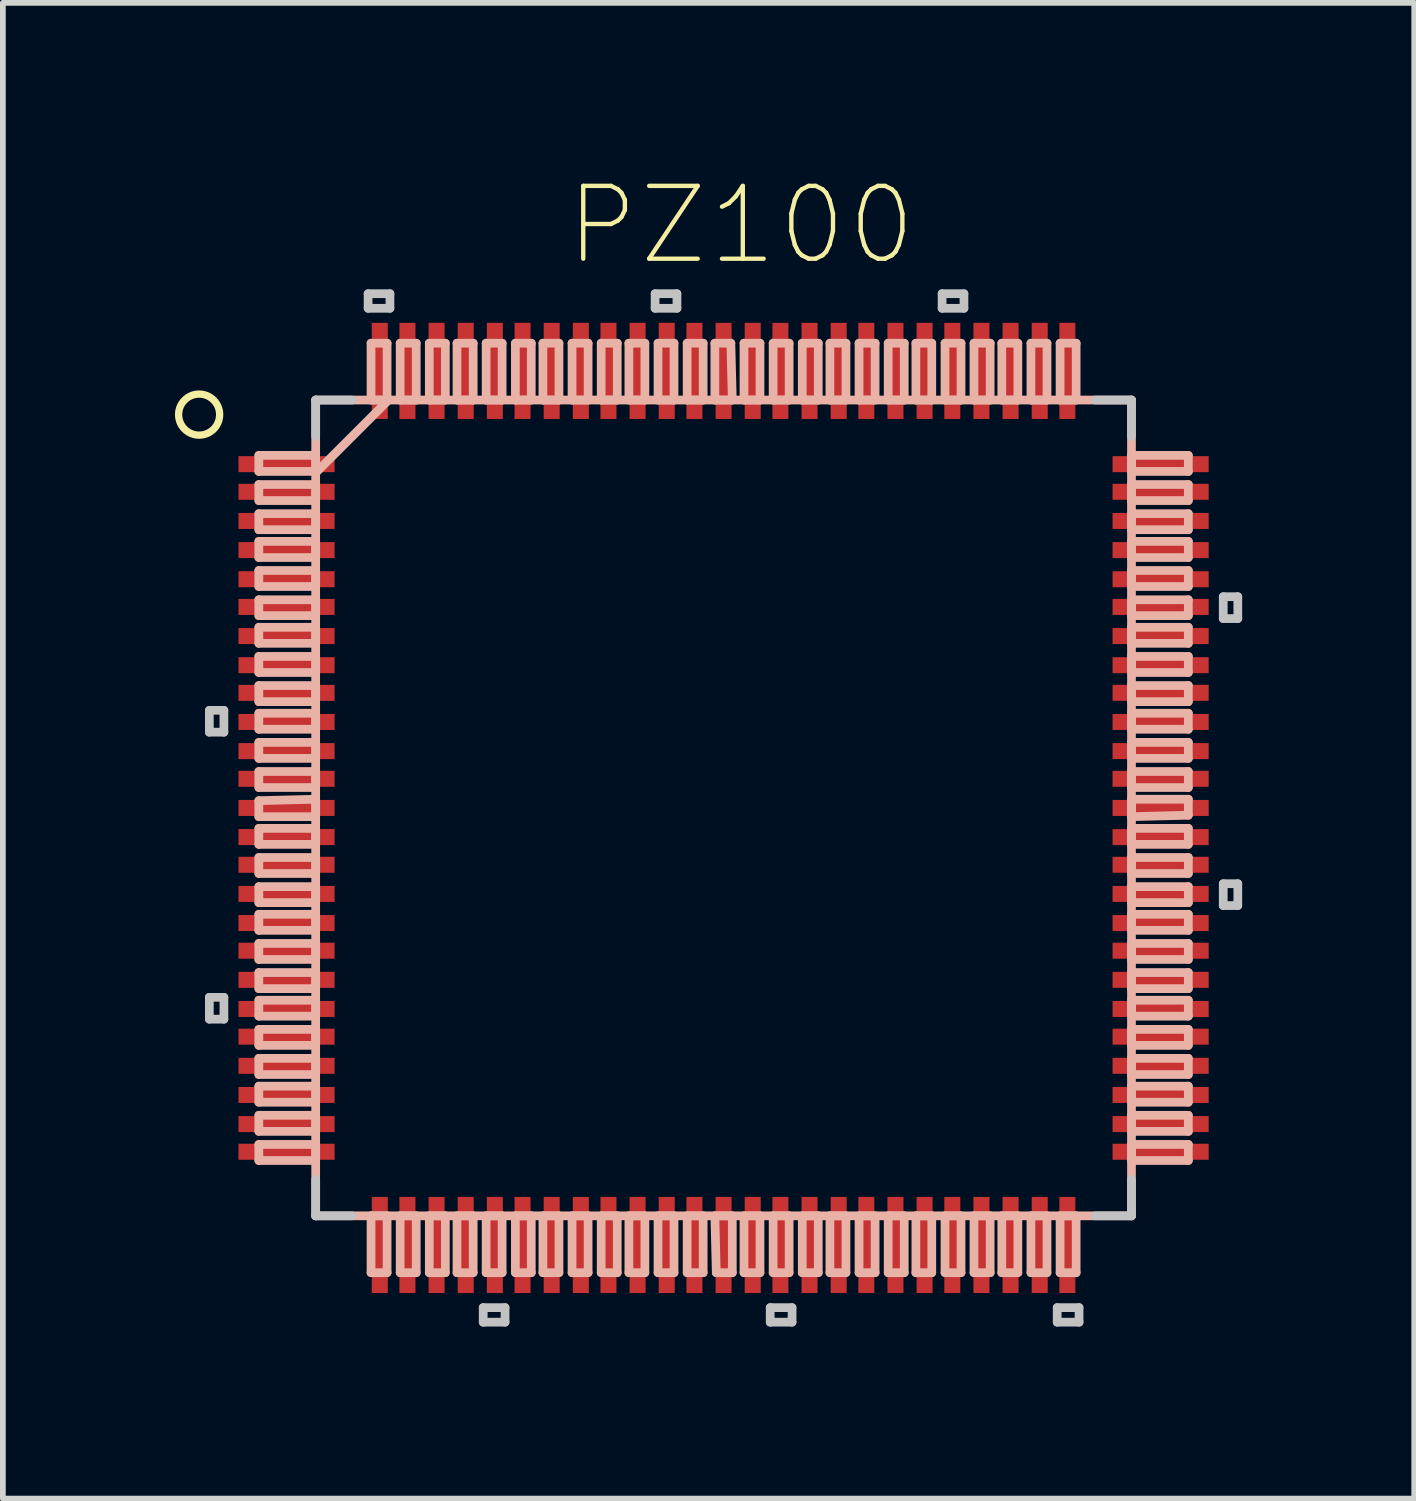
<source format=kicad_pcb>
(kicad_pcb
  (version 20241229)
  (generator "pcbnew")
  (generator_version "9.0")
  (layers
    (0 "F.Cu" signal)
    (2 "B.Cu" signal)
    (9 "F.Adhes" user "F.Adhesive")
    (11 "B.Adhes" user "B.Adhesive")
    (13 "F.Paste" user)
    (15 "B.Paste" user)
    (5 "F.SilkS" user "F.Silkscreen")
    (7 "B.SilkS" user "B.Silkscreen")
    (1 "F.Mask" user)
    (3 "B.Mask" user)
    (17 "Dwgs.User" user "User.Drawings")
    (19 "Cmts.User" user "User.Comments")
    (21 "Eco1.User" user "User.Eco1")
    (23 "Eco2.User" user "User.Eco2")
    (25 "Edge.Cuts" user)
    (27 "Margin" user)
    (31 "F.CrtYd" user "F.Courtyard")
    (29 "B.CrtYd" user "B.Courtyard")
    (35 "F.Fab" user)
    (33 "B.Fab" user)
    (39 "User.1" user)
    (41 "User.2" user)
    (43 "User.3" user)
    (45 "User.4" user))
  (footprint "PZ100"
    (layer "F.Cu")
    (at 9.566 11.037)
    (property "Reference" "PZ100" (at 0.305 -10.16 0) (layer "F.SilkS") (effects (font (size 1.27 1.27) (thickness 0.076))))
    (attr smd)
    (fp_circle (center -9.144 -6.858) (end -9.144 -7.216) (stroke (width 0.127) (type solid)) (fill no) (layer "F.SilkS"))
    (fp_line (start -8.103 -6.147) (end -8.103 -5.867) (stroke (width 0.152) (type solid)) (layer "B.SilkS"))
    (fp_line (start -8.103 -5.867) (end -7.112 -5.867) (stroke (width 0.152) (type solid)) (layer "B.SilkS"))
    (fp_line (start -8.103 -5.639) (end -8.103 -5.359) (stroke (width 0.152) (type solid)) (layer "B.SilkS"))
    (fp_line (start -8.103 -5.359) (end -7.112 -5.359) (stroke (width 0.152) (type solid)) (layer "B.SilkS"))
    (fp_line (start -8.103 -5.131) (end -8.103 -4.851) (stroke (width 0.152) (type solid)) (layer "B.SilkS"))
    (fp_line (start -8.103 -4.851) (end -7.112 -4.851) (stroke (width 0.152) (type solid)) (layer "B.SilkS"))
    (fp_line (start -8.103 -4.648) (end -8.103 -4.366) (stroke (width 0.152) (type solid)) (layer "B.SilkS"))
    (fp_line (start -8.103 -4.366) (end -7.112 -4.366) (stroke (width 0.152) (type solid)) (layer "B.SilkS"))
    (fp_line (start -8.103 -4.14) (end -8.103 -3.861) (stroke (width 0.152) (type solid)) (layer "B.SilkS"))
    (fp_line (start -8.103 -3.861) (end -7.112 -3.861) (stroke (width 0.152) (type solid)) (layer "B.SilkS"))
    (fp_line (start -8.103 -3.63) (end -8.103 -3.353) (stroke (width 0.152) (type solid)) (layer "B.SilkS"))
    (fp_line (start -8.103 -3.353) (end -7.112 -3.353) (stroke (width 0.152) (type solid)) (layer "B.SilkS"))
    (fp_line (start -8.103 -3.15) (end -8.103 -2.87) (stroke (width 0.152) (type solid)) (layer "B.SilkS"))
    (fp_line (start -8.103 -2.87) (end -7.112 -2.87) (stroke (width 0.152) (type solid)) (layer "B.SilkS"))
    (fp_line (start -8.103 -2.642) (end -8.103 -2.362) (stroke (width 0.152) (type solid)) (layer "B.SilkS"))
    (fp_line (start -8.103 -2.362) (end -7.112 -2.362) (stroke (width 0.152) (type solid)) (layer "B.SilkS"))
    (fp_line (start -8.103 -2.134) (end -8.103 -1.854) (stroke (width 0.152) (type solid)) (layer "B.SilkS"))
    (fp_line (start -8.103 -1.854) (end -7.112 -1.854) (stroke (width 0.152) (type solid)) (layer "B.SilkS"))
    (fp_line (start -8.103 -1.651) (end -8.103 -1.372) (stroke (width 0.152) (type solid)) (layer "B.SilkS"))
    (fp_line (start -8.103 -1.372) (end -7.112 -1.372) (stroke (width 0.152) (type solid)) (layer "B.SilkS"))
    (fp_line (start -8.103 -1.143) (end -8.103 -0.864) (stroke (width 0.152) (type solid)) (layer "B.SilkS"))
    (fp_line (start -8.103 -0.864) (end -7.112 -0.864) (stroke (width 0.152) (type solid)) (layer "B.SilkS"))
    (fp_line (start -8.103 -0.635) (end -8.103 -0.356) (stroke (width 0.152) (type solid)) (layer "B.SilkS"))
    (fp_line (start -8.103 -0.356) (end -7.112 -0.356) (stroke (width 0.152) (type solid)) (layer "B.SilkS"))
    (fp_line (start -8.103 -0.127) (end -8.103 0.152) (stroke (width 0.152) (type solid)) (layer "B.SilkS"))
    (fp_line (start -8.103 0.152) (end -7.112 0.152) (stroke (width 0.152) (type solid)) (layer "B.SilkS"))
    (fp_line (start -8.103 0.356) (end -8.103 0.635) (stroke (width 0.152) (type solid)) (layer "B.SilkS"))
    (fp_line (start -8.103 0.635) (end -7.112 0.635) (stroke (width 0.152) (type solid)) (layer "B.SilkS"))
    (fp_line (start -8.103 0.864) (end -8.103 1.143) (stroke (width 0.152) (type solid)) (layer "B.SilkS"))
    (fp_line (start -8.103 1.143) (end -7.112 1.143) (stroke (width 0.152) (type solid)) (layer "B.SilkS"))
    (fp_line (start -8.103 1.372) (end -8.103 1.651) (stroke (width 0.152) (type solid)) (layer "B.SilkS"))
    (fp_line (start -8.103 1.651) (end -7.112 1.651) (stroke (width 0.152) (type solid)) (layer "B.SilkS"))
    (fp_line (start -8.103 1.854) (end -8.103 2.134) (stroke (width 0.152) (type solid)) (layer "B.SilkS"))
    (fp_line (start -8.103 2.134) (end -7.112 2.134) (stroke (width 0.152) (type solid)) (layer "B.SilkS"))
    (fp_line (start -8.103 2.362) (end -8.103 2.642) (stroke (width 0.152) (type solid)) (layer "B.SilkS"))
    (fp_line (start -8.103 2.642) (end -7.112 2.642) (stroke (width 0.152) (type solid)) (layer "B.SilkS"))
    (fp_line (start -8.103 2.87) (end -8.103 3.15) (stroke (width 0.152) (type solid)) (layer "B.SilkS"))
    (fp_line (start -8.103 3.15) (end -7.112 3.15) (stroke (width 0.152) (type solid)) (layer "B.SilkS"))
    (fp_line (start -8.103 3.353) (end -8.103 3.63) (stroke (width 0.152) (type solid)) (layer "B.SilkS"))
    (fp_line (start -8.103 3.63) (end -7.112 3.63) (stroke (width 0.152) (type solid)) (layer "B.SilkS"))
    (fp_line (start -8.103 3.861) (end -8.103 4.14) (stroke (width 0.152) (type solid)) (layer "B.SilkS"))
    (fp_line (start -8.103 4.14) (end -7.112 4.14) (stroke (width 0.152) (type solid)) (layer "B.SilkS"))
    (fp_line (start -8.103 4.366) (end -8.103 4.648) (stroke (width 0.152) (type solid)) (layer "B.SilkS"))
    (fp_line (start -8.103 4.648) (end -7.112 4.648) (stroke (width 0.152) (type solid)) (layer "B.SilkS"))
    (fp_line (start -8.103 4.851) (end -8.103 5.131) (stroke (width 0.152) (type solid)) (layer "B.SilkS"))
    (fp_line (start -8.103 5.131) (end -7.112 5.131) (stroke (width 0.152) (type solid)) (layer "B.SilkS"))
    (fp_line (start -8.103 5.359) (end -8.103 5.639) (stroke (width 0.152) (type solid)) (layer "B.SilkS"))
    (fp_line (start -8.103 5.639) (end -7.112 5.639) (stroke (width 0.152) (type solid)) (layer "B.SilkS"))
    (fp_line (start -8.103 5.867) (end -8.103 6.147) (stroke (width 0.152) (type solid)) (layer "B.SilkS"))
    (fp_line (start -8.103 6.147) (end -7.112 6.147) (stroke (width 0.152) (type solid)) (layer "B.SilkS"))
    (fp_line (start -7.112 -7.112) (end -7.112 7.112) (stroke (width 0.152) (type solid)) (layer "B.SilkS"))
    (fp_line (start -7.112 -6.147) (end -8.103 -6.147) (stroke (width 0.152) (type solid)) (layer "B.SilkS"))
    (fp_line (start -7.112 -5.867) (end -7.112 -6.147) (stroke (width 0.152) (type solid)) (layer "B.SilkS"))
    (fp_line (start -7.112 -5.842) (end -5.842 -7.112) (stroke (width 0.152) (type solid)) (layer "B.SilkS"))
    (fp_line (start -7.112 -5.639) (end -8.103 -5.639) (stroke (width 0.152) (type solid)) (layer "B.SilkS"))
    (fp_line (start -7.112 -5.359) (end -7.112 -5.639) (stroke (width 0.152) (type solid)) (layer "B.SilkS"))
    (fp_line (start -7.112 -5.131) (end -8.103 -5.131) (stroke (width 0.152) (type solid)) (layer "B.SilkS"))
    (fp_line (start -7.112 -4.851) (end -7.112 -5.131) (stroke (width 0.152) (type solid)) (layer "B.SilkS"))
    (fp_line (start -7.112 -4.648) (end -8.103 -4.648) (stroke (width 0.152) (type solid)) (layer "B.SilkS"))
    (fp_line (start -7.112 -4.366) (end -7.112 -4.648) (stroke (width 0.152) (type solid)) (layer "B.SilkS"))
    (fp_line (start -7.112 -4.14) (end -8.103 -4.14) (stroke (width 0.152) (type solid)) (layer "B.SilkS"))
    (fp_line (start -7.112 -3.861) (end -7.112 -4.14) (stroke (width 0.152) (type solid)) (layer "B.SilkS"))
    (fp_line (start -7.112 -3.63) (end -8.103 -3.63) (stroke (width 0.152) (type solid)) (layer "B.SilkS"))
    (fp_line (start -7.112 -3.353) (end -7.112 -3.63) (stroke (width 0.152) (type solid)) (layer "B.SilkS"))
    (fp_line (start -7.112 -3.15) (end -8.103 -3.15) (stroke (width 0.152) (type solid)) (layer "B.SilkS"))
    (fp_line (start -7.112 -2.87) (end -7.112 -3.15) (stroke (width 0.152) (type solid)) (layer "B.SilkS"))
    (fp_line (start -7.112 -2.642) (end -8.103 -2.642) (stroke (width 0.152) (type solid)) (layer "B.SilkS"))
    (fp_line (start -7.112 -2.362) (end -7.112 -2.642) (stroke (width 0.152) (type solid)) (layer "B.SilkS"))
    (fp_line (start -7.112 -2.134) (end -8.103 -2.134) (stroke (width 0.152) (type solid)) (layer "B.SilkS"))
    (fp_line (start -7.112 -1.854) (end -7.112 -2.134) (stroke (width 0.152) (type solid)) (layer "B.SilkS"))
    (fp_line (start -7.112 -1.651) (end -8.103 -1.651) (stroke (width 0.152) (type solid)) (layer "B.SilkS"))
    (fp_line (start -7.112 -1.372) (end -7.112 -1.651) (stroke (width 0.152) (type solid)) (layer "B.SilkS"))
    (fp_line (start -7.112 -1.143) (end -8.103 -1.143) (stroke (width 0.152) (type solid)) (layer "B.SilkS"))
    (fp_line (start -7.112 -0.864) (end -7.112 -1.143) (stroke (width 0.152) (type solid)) (layer "B.SilkS"))
    (fp_line (start -7.112 -0.635) (end -8.103 -0.635) (stroke (width 0.152) (type solid)) (layer "B.SilkS"))
    (fp_line (start -7.112 -0.356) (end -7.112 -0.635) (stroke (width 0.152) (type solid)) (layer "B.SilkS"))
    (fp_line (start -7.112 -0.152) (end -8.103 -0.127) (stroke (width 0.152) (type solid)) (layer "B.SilkS"))
    (fp_line (start -7.112 0.152) (end -7.112 -0.152) (stroke (width 0.152) (type solid)) (layer "B.SilkS"))
    (fp_line (start -7.112 0.356) (end -8.103 0.356) (stroke (width 0.152) (type solid)) (layer "B.SilkS"))
    (fp_line (start -7.112 0.635) (end -7.112 0.356) (stroke (width 0.152) (type solid)) (layer "B.SilkS"))
    (fp_line (start -7.112 0.864) (end -8.103 0.864) (stroke (width 0.152) (type solid)) (layer "B.SilkS"))
    (fp_line (start -7.112 1.143) (end -7.112 0.864) (stroke (width 0.152) (type solid)) (layer "B.SilkS"))
    (fp_line (start -7.112 1.372) (end -8.103 1.372) (stroke (width 0.152) (type solid)) (layer "B.SilkS"))
    (fp_line (start -7.112 1.651) (end -7.112 1.372) (stroke (width 0.152) (type solid)) (layer "B.SilkS"))
    (fp_line (start -7.112 1.854) (end -8.103 1.854) (stroke (width 0.152) (type solid)) (layer "B.SilkS"))
    (fp_line (start -7.112 2.134) (end -7.112 1.854) (stroke (width 0.152) (type solid)) (layer "B.SilkS"))
    (fp_line (start -7.112 2.362) (end -8.103 2.362) (stroke (width 0.152) (type solid)) (layer "B.SilkS"))
    (fp_line (start -7.112 2.642) (end -7.112 2.362) (stroke (width 0.152) (type solid)) (layer "B.SilkS"))
    (fp_line (start -7.112 2.87) (end -8.103 2.87) (stroke (width 0.152) (type solid)) (layer "B.SilkS"))
    (fp_line (start -7.112 3.15) (end -7.112 2.87) (stroke (width 0.152) (type solid)) (layer "B.SilkS"))
    (fp_line (start -7.112 3.353) (end -8.103 3.353) (stroke (width 0.152) (type solid)) (layer "B.SilkS"))
    (fp_line (start -7.112 3.63) (end -7.112 3.353) (stroke (width 0.152) (type solid)) (layer "B.SilkS"))
    (fp_line (start -7.112 3.861) (end -8.103 3.861) (stroke (width 0.152) (type solid)) (layer "B.SilkS"))
    (fp_line (start -7.112 4.14) (end -7.112 3.861) (stroke (width 0.152) (type solid)) (layer "B.SilkS"))
    (fp_line (start -7.112 4.366) (end -8.103 4.366) (stroke (width 0.152) (type solid)) (layer "B.SilkS"))
    (fp_line (start -7.112 4.648) (end -7.112 4.366) (stroke (width 0.152) (type solid)) (layer "B.SilkS"))
    (fp_line (start -7.112 4.851) (end -8.103 4.851) (stroke (width 0.152) (type solid)) (layer "B.SilkS"))
    (fp_line (start -7.112 5.131) (end -7.112 4.851) (stroke (width 0.152) (type solid)) (layer "B.SilkS"))
    (fp_line (start -7.112 5.359) (end -8.103 5.359) (stroke (width 0.152) (type solid)) (layer "B.SilkS"))
    (fp_line (start -7.112 5.639) (end -7.112 5.359) (stroke (width 0.152) (type solid)) (layer "B.SilkS"))
    (fp_line (start -7.112 5.867) (end -8.103 5.867) (stroke (width 0.152) (type solid)) (layer "B.SilkS"))
    (fp_line (start -7.112 6.147) (end -7.112 5.867) (stroke (width 0.152) (type solid)) (layer "B.SilkS"))
    (fp_line (start -7.112 7.112) (end 7.112 7.112) (stroke (width 0.152) (type solid)) (layer "B.SilkS"))
    (fp_line (start -6.147 -8.103) (end -6.147 -7.112) (stroke (width 0.152) (type solid)) (layer "B.SilkS"))
    (fp_line (start -6.147 -7.112) (end -5.867 -7.112) (stroke (width 0.152) (type solid)) (layer "B.SilkS"))
    (fp_line (start -6.147 7.112) (end -6.147 8.103) (stroke (width 0.152) (type solid)) (layer "B.SilkS"))
    (fp_line (start -6.147 8.103) (end -5.867 8.103) (stroke (width 0.152) (type solid)) (layer "B.SilkS"))
    (fp_line (start -5.867 -8.103) (end -6.147 -8.103) (stroke (width 0.152) (type solid)) (layer "B.SilkS"))
    (fp_line (start -5.867 -7.112) (end -5.867 -8.103) (stroke (width 0.152) (type solid)) (layer "B.SilkS"))
    (fp_line (start -5.867 7.112) (end -6.147 7.112) (stroke (width 0.152) (type solid)) (layer "B.SilkS"))
    (fp_line (start -5.867 8.103) (end -5.867 7.112) (stroke (width 0.152) (type solid)) (layer "B.SilkS"))
    (fp_line (start -5.639 -8.103) (end -5.639 -7.112) (stroke (width 0.152) (type solid)) (layer "B.SilkS"))
    (fp_line (start -5.639 -7.112) (end -5.359 -7.112) (stroke (width 0.152) (type solid)) (layer "B.SilkS"))
    (fp_line (start -5.639 7.112) (end -5.639 8.103) (stroke (width 0.152) (type solid)) (layer "B.SilkS"))
    (fp_line (start -5.639 8.103) (end -5.359 8.103) (stroke (width 0.152) (type solid)) (layer "B.SilkS"))
    (fp_line (start -5.359 -8.103) (end -5.639 -8.103) (stroke (width 0.152) (type solid)) (layer "B.SilkS"))
    (fp_line (start -5.359 -7.112) (end -5.359 -8.103) (stroke (width 0.152) (type solid)) (layer "B.SilkS"))
    (fp_line (start -5.359 7.112) (end -5.639 7.112) (stroke (width 0.152) (type solid)) (layer "B.SilkS"))
    (fp_line (start -5.359 8.103) (end -5.359 7.112) (stroke (width 0.152) (type solid)) (layer "B.SilkS"))
    (fp_line (start -5.131 -8.103) (end -5.131 -7.112) (stroke (width 0.152) (type solid)) (layer "B.SilkS"))
    (fp_line (start -5.131 -7.112) (end -4.851 -7.112) (stroke (width 0.152) (type solid)) (layer "B.SilkS"))
    (fp_line (start -5.131 7.112) (end -5.131 8.103) (stroke (width 0.152) (type solid)) (layer "B.SilkS"))
    (fp_line (start -5.131 8.103) (end -4.851 8.103) (stroke (width 0.152) (type solid)) (layer "B.SilkS"))
    (fp_line (start -4.851 -8.103) (end -5.131 -8.103) (stroke (width 0.152) (type solid)) (layer "B.SilkS"))
    (fp_line (start -4.851 -7.112) (end -4.851 -8.103) (stroke (width 0.152) (type solid)) (layer "B.SilkS"))
    (fp_line (start -4.851 7.112) (end -5.131 7.112) (stroke (width 0.152) (type solid)) (layer "B.SilkS"))
    (fp_line (start -4.851 8.103) (end -4.851 7.112) (stroke (width 0.152) (type solid)) (layer "B.SilkS"))
    (fp_line (start -4.648 -8.103) (end -4.648 -7.112) (stroke (width 0.152) (type solid)) (layer "B.SilkS"))
    (fp_line (start -4.648 -7.112) (end -4.366 -7.112) (stroke (width 0.152) (type solid)) (layer "B.SilkS"))
    (fp_line (start -4.648 7.112) (end -4.648 8.103) (stroke (width 0.152) (type solid)) (layer "B.SilkS"))
    (fp_line (start -4.648 8.103) (end -4.366 8.103) (stroke (width 0.152) (type solid)) (layer "B.SilkS"))
    (fp_line (start -4.366 -8.103) (end -4.648 -8.103) (stroke (width 0.152) (type solid)) (layer "B.SilkS"))
    (fp_line (start -4.366 -7.112) (end -4.366 -8.103) (stroke (width 0.152) (type solid)) (layer "B.SilkS"))
    (fp_line (start -4.366 7.112) (end -4.648 7.112) (stroke (width 0.152) (type solid)) (layer "B.SilkS"))
    (fp_line (start -4.366 8.103) (end -4.366 7.112) (stroke (width 0.152) (type solid)) (layer "B.SilkS"))
    (fp_line (start -4.14 -8.103) (end -4.14 -7.112) (stroke (width 0.152) (type solid)) (layer "B.SilkS"))
    (fp_line (start -4.14 -7.112) (end -3.861 -7.112) (stroke (width 0.152) (type solid)) (layer "B.SilkS"))
    (fp_line (start -4.14 7.112) (end -4.14 8.103) (stroke (width 0.152) (type solid)) (layer "B.SilkS"))
    (fp_line (start -4.14 8.103) (end -3.861 8.103) (stroke (width 0.152) (type solid)) (layer "B.SilkS"))
    (fp_line (start -3.861 -8.103) (end -4.14 -8.103) (stroke (width 0.152) (type solid)) (layer "B.SilkS"))
    (fp_line (start -3.861 -7.112) (end -3.861 -8.103) (stroke (width 0.152) (type solid)) (layer "B.SilkS"))
    (fp_line (start -3.861 7.112) (end -4.14 7.112) (stroke (width 0.152) (type solid)) (layer "B.SilkS"))
    (fp_line (start -3.861 8.103) (end -3.861 7.112) (stroke (width 0.152) (type solid)) (layer "B.SilkS"))
    (fp_line (start -3.63 -8.103) (end -3.63 -7.112) (stroke (width 0.152) (type solid)) (layer "B.SilkS"))
    (fp_line (start -3.63 -7.112) (end -3.353 -7.112) (stroke (width 0.152) (type solid)) (layer "B.SilkS"))
    (fp_line (start -3.63 7.112) (end -3.63 8.103) (stroke (width 0.152) (type solid)) (layer "B.SilkS"))
    (fp_line (start -3.63 8.103) (end -3.353 8.103) (stroke (width 0.152) (type solid)) (layer "B.SilkS"))
    (fp_line (start -3.353 -8.103) (end -3.63 -8.103) (stroke (width 0.152) (type solid)) (layer "B.SilkS"))
    (fp_line (start -3.353 -7.112) (end -3.353 -8.103) (stroke (width 0.152) (type solid)) (layer "B.SilkS"))
    (fp_line (start -3.353 7.112) (end -3.63 7.112) (stroke (width 0.152) (type solid)) (layer "B.SilkS"))
    (fp_line (start -3.353 8.103) (end -3.353 7.112) (stroke (width 0.152) (type solid)) (layer "B.SilkS"))
    (fp_line (start -3.15 -8.103) (end -3.15 -7.112) (stroke (width 0.152) (type solid)) (layer "B.SilkS"))
    (fp_line (start -3.15 -7.112) (end -2.87 -7.112) (stroke (width 0.152) (type solid)) (layer "B.SilkS"))
    (fp_line (start -3.15 7.112) (end -3.15 8.103) (stroke (width 0.152) (type solid)) (layer "B.SilkS"))
    (fp_line (start -3.15 8.103) (end -2.87 8.103) (stroke (width 0.152) (type solid)) (layer "B.SilkS"))
    (fp_line (start -2.87 -8.103) (end -3.15 -8.103) (stroke (width 0.152) (type solid)) (layer "B.SilkS"))
    (fp_line (start -2.87 -7.112) (end -2.87 -8.103) (stroke (width 0.152) (type solid)) (layer "B.SilkS"))
    (fp_line (start -2.87 7.112) (end -3.15 7.112) (stroke (width 0.152) (type solid)) (layer "B.SilkS"))
    (fp_line (start -2.87 8.103) (end -2.87 7.112) (stroke (width 0.152) (type solid)) (layer "B.SilkS"))
    (fp_line (start -2.642 -8.103) (end -2.642 -7.112) (stroke (width 0.152) (type solid)) (layer "B.SilkS"))
    (fp_line (start -2.642 -7.112) (end -2.362 -7.112) (stroke (width 0.152) (type solid)) (layer "B.SilkS"))
    (fp_line (start -2.642 7.112) (end -2.642 8.103) (stroke (width 0.152) (type solid)) (layer "B.SilkS"))
    (fp_line (start -2.642 8.103) (end -2.362 8.103) (stroke (width 0.152) (type solid)) (layer "B.SilkS"))
    (fp_line (start -2.362 -8.103) (end -2.642 -8.103) (stroke (width 0.152) (type solid)) (layer "B.SilkS"))
    (fp_line (start -2.362 -7.112) (end -2.362 -8.103) (stroke (width 0.152) (type solid)) (layer "B.SilkS"))
    (fp_line (start -2.362 7.112) (end -2.642 7.112) (stroke (width 0.152) (type solid)) (layer "B.SilkS"))
    (fp_line (start -2.362 8.103) (end -2.362 7.112) (stroke (width 0.152) (type solid)) (layer "B.SilkS"))
    (fp_line (start -2.134 -8.103) (end -2.134 -7.112) (stroke (width 0.152) (type solid)) (layer "B.SilkS"))
    (fp_line (start -2.134 -7.112) (end -1.854 -7.112) (stroke (width 0.152) (type solid)) (layer "B.SilkS"))
    (fp_line (start -2.134 7.112) (end -2.134 8.103) (stroke (width 0.152) (type solid)) (layer "B.SilkS"))
    (fp_line (start -2.134 8.103) (end -1.854 8.103) (stroke (width 0.152) (type solid)) (layer "B.SilkS"))
    (fp_line (start -1.854 -8.103) (end -2.134 -8.103) (stroke (width 0.152) (type solid)) (layer "B.SilkS"))
    (fp_line (start -1.854 -7.112) (end -1.854 -8.103) (stroke (width 0.152) (type solid)) (layer "B.SilkS"))
    (fp_line (start -1.854 7.112) (end -2.134 7.112) (stroke (width 0.152) (type solid)) (layer "B.SilkS"))
    (fp_line (start -1.854 8.103) (end -1.854 7.112) (stroke (width 0.152) (type solid)) (layer "B.SilkS"))
    (fp_line (start -1.651 -8.103) (end -1.651 -7.112) (stroke (width 0.152) (type solid)) (layer "B.SilkS"))
    (fp_line (start -1.651 -7.112) (end -1.372 -7.112) (stroke (width 0.152) (type solid)) (layer "B.SilkS"))
    (fp_line (start -1.651 7.112) (end -1.651 8.103) (stroke (width 0.152) (type solid)) (layer "B.SilkS"))
    (fp_line (start -1.651 8.103) (end -1.372 8.103) (stroke (width 0.152) (type solid)) (layer "B.SilkS"))
    (fp_line (start -1.372 -8.103) (end -1.651 -8.103) (stroke (width 0.152) (type solid)) (layer "B.SilkS"))
    (fp_line (start -1.372 -7.112) (end -1.372 -8.103) (stroke (width 0.152) (type solid)) (layer "B.SilkS"))
    (fp_line (start -1.372 7.112) (end -1.651 7.112) (stroke (width 0.152) (type solid)) (layer "B.SilkS"))
    (fp_line (start -1.372 8.103) (end -1.372 7.112) (stroke (width 0.152) (type solid)) (layer "B.SilkS"))
    (fp_line (start -1.143 -8.103) (end -1.143 -7.112) (stroke (width 0.152) (type solid)) (layer "B.SilkS"))
    (fp_line (start -1.143 -7.112) (end -0.864 -7.112) (stroke (width 0.152) (type solid)) (layer "B.SilkS"))
    (fp_line (start -1.143 7.112) (end -1.143 8.103) (stroke (width 0.152) (type solid)) (layer "B.SilkS"))
    (fp_line (start -1.143 8.103) (end -0.864 8.103) (stroke (width 0.152) (type solid)) (layer "B.SilkS"))
    (fp_line (start -0.864 -8.103) (end -1.143 -8.103) (stroke (width 0.152) (type solid)) (layer "B.SilkS"))
    (fp_line (start -0.864 -7.112) (end -0.864 -8.103) (stroke (width 0.152) (type solid)) (layer "B.SilkS"))
    (fp_line (start -0.864 7.112) (end -1.143 7.112) (stroke (width 0.152) (type solid)) (layer "B.SilkS"))
    (fp_line (start -0.864 8.103) (end -0.864 7.112) (stroke (width 0.152) (type solid)) (layer "B.SilkS"))
    (fp_line (start -0.635 -8.103) (end -0.635 -7.112) (stroke (width 0.152) (type solid)) (layer "B.SilkS"))
    (fp_line (start -0.635 -7.112) (end -0.356 -7.112) (stroke (width 0.152) (type solid)) (layer "B.SilkS"))
    (fp_line (start -0.635 7.112) (end -0.635 8.103) (stroke (width 0.152) (type solid)) (layer "B.SilkS"))
    (fp_line (start -0.635 8.103) (end -0.356 8.103) (stroke (width 0.152) (type solid)) (layer "B.SilkS"))
    (fp_line (start -0.356 -8.103) (end -0.635 -8.103) (stroke (width 0.152) (type solid)) (layer "B.SilkS"))
    (fp_line (start -0.356 -7.112) (end -0.356 -8.103) (stroke (width 0.152) (type solid)) (layer "B.SilkS"))
    (fp_line (start -0.356 7.112) (end -0.635 7.112) (stroke (width 0.152) (type solid)) (layer "B.SilkS"))
    (fp_line (start -0.356 8.103) (end -0.356 7.112) (stroke (width 0.152) (type solid)) (layer "B.SilkS"))
    (fp_line (start -0.152 -8.103) (end -0.152 -7.112) (stroke (width 0.152) (type solid)) (layer "B.SilkS"))
    (fp_line (start -0.152 -7.112) (end 0.152 -7.112) (stroke (width 0.152) (type solid)) (layer "B.SilkS"))
    (fp_line (start -0.152 7.112) (end -0.127 8.103) (stroke (width 0.152) (type solid)) (layer "B.SilkS"))
    (fp_line (start -0.127 8.103) (end 0.152 8.103) (stroke (width 0.152) (type solid)) (layer "B.SilkS"))
    (fp_line (start 0.127 -8.103) (end -0.152 -8.103) (stroke (width 0.152) (type solid)) (layer "B.SilkS"))
    (fp_line (start 0.152 -7.112) (end 0.127 -8.103) (stroke (width 0.152) (type solid)) (layer "B.SilkS"))
    (fp_line (start 0.152 7.112) (end -0.152 7.112) (stroke (width 0.152) (type solid)) (layer "B.SilkS"))
    (fp_line (start 0.152 8.103) (end 0.152 7.112) (stroke (width 0.152) (type solid)) (layer "B.SilkS"))
    (fp_line (start 0.356 -8.103) (end 0.356 -7.112) (stroke (width 0.152) (type solid)) (layer "B.SilkS"))
    (fp_line (start 0.356 -7.112) (end 0.635 -7.112) (stroke (width 0.152) (type solid)) (layer "B.SilkS"))
    (fp_line (start 0.356 7.112) (end 0.356 8.103) (stroke (width 0.152) (type solid)) (layer "B.SilkS"))
    (fp_line (start 0.356 8.103) (end 0.635 8.103) (stroke (width 0.152) (type solid)) (layer "B.SilkS"))
    (fp_line (start 0.635 -8.103) (end 0.356 -8.103) (stroke (width 0.152) (type solid)) (layer "B.SilkS"))
    (fp_line (start 0.635 -7.112) (end 0.635 -8.103) (stroke (width 0.152) (type solid)) (layer "B.SilkS"))
    (fp_line (start 0.635 7.112) (end 0.356 7.112) (stroke (width 0.152) (type solid)) (layer "B.SilkS"))
    (fp_line (start 0.635 8.103) (end 0.635 7.112) (stroke (width 0.152) (type solid)) (layer "B.SilkS"))
    (fp_line (start 0.864 -8.103) (end 0.864 -7.112) (stroke (width 0.152) (type solid)) (layer "B.SilkS"))
    (fp_line (start 0.864 -7.112) (end 1.143 -7.112) (stroke (width 0.152) (type solid)) (layer "B.SilkS"))
    (fp_line (start 0.864 7.112) (end 0.864 8.103) (stroke (width 0.152) (type solid)) (layer "B.SilkS"))
    (fp_line (start 0.864 8.103) (end 1.143 8.103) (stroke (width 0.152) (type solid)) (layer "B.SilkS"))
    (fp_line (start 1.143 -8.103) (end 0.864 -8.103) (stroke (width 0.152) (type solid)) (layer "B.SilkS"))
    (fp_line (start 1.143 -7.112) (end 1.143 -8.103) (stroke (width 0.152) (type solid)) (layer "B.SilkS"))
    (fp_line (start 1.143 7.112) (end 0.864 7.112) (stroke (width 0.152) (type solid)) (layer "B.SilkS"))
    (fp_line (start 1.143 8.103) (end 1.143 7.112) (stroke (width 0.152) (type solid)) (layer "B.SilkS"))
    (fp_line (start 1.372 -8.103) (end 1.372 -7.112) (stroke (width 0.152) (type solid)) (layer "B.SilkS"))
    (fp_line (start 1.372 -7.112) (end 1.651 -7.112) (stroke (width 0.152) (type solid)) (layer "B.SilkS"))
    (fp_line (start 1.372 7.112) (end 1.372 8.103) (stroke (width 0.152) (type solid)) (layer "B.SilkS"))
    (fp_line (start 1.372 8.103) (end 1.651 8.103) (stroke (width 0.152) (type solid)) (layer "B.SilkS"))
    (fp_line (start 1.651 -8.103) (end 1.372 -8.103) (stroke (width 0.152) (type solid)) (layer "B.SilkS"))
    (fp_line (start 1.651 -7.112) (end 1.651 -8.103) (stroke (width 0.152) (type solid)) (layer "B.SilkS"))
    (fp_line (start 1.651 7.112) (end 1.372 7.112) (stroke (width 0.152) (type solid)) (layer "B.SilkS"))
    (fp_line (start 1.651 8.103) (end 1.651 7.112) (stroke (width 0.152) (type solid)) (layer "B.SilkS"))
    (fp_line (start 1.854 -8.103) (end 1.854 -7.112) (stroke (width 0.152) (type solid)) (layer "B.SilkS"))
    (fp_line (start 1.854 -7.112) (end 2.134 -7.112) (stroke (width 0.152) (type solid)) (layer "B.SilkS"))
    (fp_line (start 1.854 7.112) (end 1.854 8.103) (stroke (width 0.152) (type solid)) (layer "B.SilkS"))
    (fp_line (start 1.854 8.103) (end 2.134 8.103) (stroke (width 0.152) (type solid)) (layer "B.SilkS"))
    (fp_line (start 2.134 -8.103) (end 1.854 -8.103) (stroke (width 0.152) (type solid)) (layer "B.SilkS"))
    (fp_line (start 2.134 -7.112) (end 2.134 -8.103) (stroke (width 0.152) (type solid)) (layer "B.SilkS"))
    (fp_line (start 2.134 7.112) (end 1.854 7.112) (stroke (width 0.152) (type solid)) (layer "B.SilkS"))
    (fp_line (start 2.134 8.103) (end 2.134 7.112) (stroke (width 0.152) (type solid)) (layer "B.SilkS"))
    (fp_line (start 2.362 -8.103) (end 2.362 -7.112) (stroke (width 0.152) (type solid)) (layer "B.SilkS"))
    (fp_line (start 2.362 -7.112) (end 2.642 -7.112) (stroke (width 0.152) (type solid)) (layer "B.SilkS"))
    (fp_line (start 2.362 7.112) (end 2.362 8.103) (stroke (width 0.152) (type solid)) (layer "B.SilkS"))
    (fp_line (start 2.362 8.103) (end 2.642 8.103) (stroke (width 0.152) (type solid)) (layer "B.SilkS"))
    (fp_line (start 2.642 -8.103) (end 2.362 -8.103) (stroke (width 0.152) (type solid)) (layer "B.SilkS"))
    (fp_line (start 2.642 -7.112) (end 2.642 -8.103) (stroke (width 0.152) (type solid)) (layer "B.SilkS"))
    (fp_line (start 2.642 7.112) (end 2.362 7.112) (stroke (width 0.152) (type solid)) (layer "B.SilkS"))
    (fp_line (start 2.642 8.103) (end 2.642 7.112) (stroke (width 0.152) (type solid)) (layer "B.SilkS"))
    (fp_line (start 2.87 -8.103) (end 2.87 -7.112) (stroke (width 0.152) (type solid)) (layer "B.SilkS"))
    (fp_line (start 2.87 -7.112) (end 3.15 -7.112) (stroke (width 0.152) (type solid)) (layer "B.SilkS"))
    (fp_line (start 2.87 7.112) (end 2.87 8.103) (stroke (width 0.152) (type solid)) (layer "B.SilkS"))
    (fp_line (start 2.87 8.103) (end 3.15 8.103) (stroke (width 0.152) (type solid)) (layer "B.SilkS"))
    (fp_line (start 3.15 -8.103) (end 2.87 -8.103) (stroke (width 0.152) (type solid)) (layer "B.SilkS"))
    (fp_line (start 3.15 -7.112) (end 3.15 -8.103) (stroke (width 0.152) (type solid)) (layer "B.SilkS"))
    (fp_line (start 3.15 7.112) (end 2.87 7.112) (stroke (width 0.152) (type solid)) (layer "B.SilkS"))
    (fp_line (start 3.15 8.103) (end 3.15 7.112) (stroke (width 0.152) (type solid)) (layer "B.SilkS"))
    (fp_line (start 3.353 -8.103) (end 3.353 -7.112) (stroke (width 0.152) (type solid)) (layer "B.SilkS"))
    (fp_line (start 3.353 -7.112) (end 3.63 -7.112) (stroke (width 0.152) (type solid)) (layer "B.SilkS"))
    (fp_line (start 3.353 7.112) (end 3.353 8.103) (stroke (width 0.152) (type solid)) (layer "B.SilkS"))
    (fp_line (start 3.353 8.103) (end 3.63 8.103) (stroke (width 0.152) (type solid)) (layer "B.SilkS"))
    (fp_line (start 3.63 -8.103) (end 3.353 -8.103) (stroke (width 0.152) (type solid)) (layer "B.SilkS"))
    (fp_line (start 3.63 -7.112) (end 3.63 -8.103) (stroke (width 0.152) (type solid)) (layer "B.SilkS"))
    (fp_line (start 3.63 7.112) (end 3.353 7.112) (stroke (width 0.152) (type solid)) (layer "B.SilkS"))
    (fp_line (start 3.63 8.103) (end 3.63 7.112) (stroke (width 0.152) (type solid)) (layer "B.SilkS"))
    (fp_line (start 3.861 -8.103) (end 3.861 -7.112) (stroke (width 0.152) (type solid)) (layer "B.SilkS"))
    (fp_line (start 3.861 -7.112) (end 4.14 -7.112) (stroke (width 0.152) (type solid)) (layer "B.SilkS"))
    (fp_line (start 3.861 7.112) (end 3.861 8.103) (stroke (width 0.152) (type solid)) (layer "B.SilkS"))
    (fp_line (start 3.861 8.103) (end 4.14 8.103) (stroke (width 0.152) (type solid)) (layer "B.SilkS"))
    (fp_line (start 4.14 -8.103) (end 3.861 -8.103) (stroke (width 0.152) (type solid)) (layer "B.SilkS"))
    (fp_line (start 4.14 -7.112) (end 4.14 -8.103) (stroke (width 0.152) (type solid)) (layer "B.SilkS"))
    (fp_line (start 4.14 7.112) (end 3.861 7.112) (stroke (width 0.152) (type solid)) (layer "B.SilkS"))
    (fp_line (start 4.14 8.103) (end 4.14 7.112) (stroke (width 0.152) (type solid)) (layer "B.SilkS"))
    (fp_line (start 4.366 -8.103) (end 4.366 -7.112) (stroke (width 0.152) (type solid)) (layer "B.SilkS"))
    (fp_line (start 4.366 -7.112) (end 4.648 -7.112) (stroke (width 0.152) (type solid)) (layer "B.SilkS"))
    (fp_line (start 4.366 7.112) (end 4.366 8.103) (stroke (width 0.152) (type solid)) (layer "B.SilkS"))
    (fp_line (start 4.366 8.103) (end 4.648 8.103) (stroke (width 0.152) (type solid)) (layer "B.SilkS"))
    (fp_line (start 4.648 -8.103) (end 4.366 -8.103) (stroke (width 0.152) (type solid)) (layer "B.SilkS"))
    (fp_line (start 4.648 -7.112) (end 4.648 -8.103) (stroke (width 0.152) (type solid)) (layer "B.SilkS"))
    (fp_line (start 4.648 7.112) (end 4.366 7.112) (stroke (width 0.152) (type solid)) (layer "B.SilkS"))
    (fp_line (start 4.648 8.103) (end 4.648 7.112) (stroke (width 0.152) (type solid)) (layer "B.SilkS"))
    (fp_line (start 4.851 -8.103) (end 4.851 -7.112) (stroke (width 0.152) (type solid)) (layer "B.SilkS"))
    (fp_line (start 4.851 -7.112) (end 5.131 -7.112) (stroke (width 0.152) (type solid)) (layer "B.SilkS"))
    (fp_line (start 4.851 7.112) (end 4.851 8.103) (stroke (width 0.152) (type solid)) (layer "B.SilkS"))
    (fp_line (start 4.851 8.103) (end 5.131 8.103) (stroke (width 0.152) (type solid)) (layer "B.SilkS"))
    (fp_line (start 5.131 -8.103) (end 4.851 -8.103) (stroke (width 0.152) (type solid)) (layer "B.SilkS"))
    (fp_line (start 5.131 -7.112) (end 5.131 -8.103) (stroke (width 0.152) (type solid)) (layer "B.SilkS"))
    (fp_line (start 5.131 7.112) (end 4.851 7.112) (stroke (width 0.152) (type solid)) (layer "B.SilkS"))
    (fp_line (start 5.131 8.103) (end 5.131 7.112) (stroke (width 0.152) (type solid)) (layer "B.SilkS"))
    (fp_line (start 5.359 -8.103) (end 5.359 -7.112) (stroke (width 0.152) (type solid)) (layer "B.SilkS"))
    (fp_line (start 5.359 -7.112) (end 5.639 -7.112) (stroke (width 0.152) (type solid)) (layer "B.SilkS"))
    (fp_line (start 5.359 7.112) (end 5.359 8.103) (stroke (width 0.152) (type solid)) (layer "B.SilkS"))
    (fp_line (start 5.359 8.103) (end 5.639 8.103) (stroke (width 0.152) (type solid)) (layer "B.SilkS"))
    (fp_line (start 5.639 -8.103) (end 5.359 -8.103) (stroke (width 0.152) (type solid)) (layer "B.SilkS"))
    (fp_line (start 5.639 -7.112) (end 5.639 -8.103) (stroke (width 0.152) (type solid)) (layer "B.SilkS"))
    (fp_line (start 5.639 7.112) (end 5.359 7.112) (stroke (width 0.152) (type solid)) (layer "B.SilkS"))
    (fp_line (start 5.639 8.103) (end 5.639 7.112) (stroke (width 0.152) (type solid)) (layer "B.SilkS"))
    (fp_line (start 5.867 -8.103) (end 5.867 -7.112) (stroke (width 0.152) (type solid)) (layer "B.SilkS"))
    (fp_line (start 5.867 -7.112) (end 6.147 -7.112) (stroke (width 0.152) (type solid)) (layer "B.SilkS"))
    (fp_line (start 5.867 7.112) (end 5.867 8.103) (stroke (width 0.152) (type solid)) (layer "B.SilkS"))
    (fp_line (start 5.867 8.103) (end 6.147 8.103) (stroke (width 0.152) (type solid)) (layer "B.SilkS"))
    (fp_line (start 6.147 -8.103) (end 5.867 -8.103) (stroke (width 0.152) (type solid)) (layer "B.SilkS"))
    (fp_line (start 6.147 -7.112) (end 6.147 -8.103) (stroke (width 0.152) (type solid)) (layer "B.SilkS"))
    (fp_line (start 6.147 7.112) (end 5.867 7.112) (stroke (width 0.152) (type solid)) (layer "B.SilkS"))
    (fp_line (start 6.147 8.103) (end 6.147 7.112) (stroke (width 0.152) (type solid)) (layer "B.SilkS"))
    (fp_line (start 7.112 -7.112) (end -7.112 -7.112) (stroke (width 0.152) (type solid)) (layer "B.SilkS"))
    (fp_line (start 7.112 -6.147) (end 7.112 -5.867) (stroke (width 0.152) (type solid)) (layer "B.SilkS"))
    (fp_line (start 7.112 -5.867) (end 8.103 -5.867) (stroke (width 0.152) (type solid)) (layer "B.SilkS"))
    (fp_line (start 7.112 -5.639) (end 7.112 -5.359) (stroke (width 0.152) (type solid)) (layer "B.SilkS"))
    (fp_line (start 7.112 -5.359) (end 8.103 -5.359) (stroke (width 0.152) (type solid)) (layer "B.SilkS"))
    (fp_line (start 7.112 -5.131) (end 7.112 -4.851) (stroke (width 0.152) (type solid)) (layer "B.SilkS"))
    (fp_line (start 7.112 -4.851) (end 8.103 -4.851) (stroke (width 0.152) (type solid)) (layer "B.SilkS"))
    (fp_line (start 7.112 -4.648) (end 7.112 -4.366) (stroke (width 0.152) (type solid)) (layer "B.SilkS"))
    (fp_line (start 7.112 -4.366) (end 8.103 -4.366) (stroke (width 0.152) (type solid)) (layer "B.SilkS"))
    (fp_line (start 7.112 -4.14) (end 7.112 -3.861) (stroke (width 0.152) (type solid)) (layer "B.SilkS"))
    (fp_line (start 7.112 -3.861) (end 8.103 -3.861) (stroke (width 0.152) (type solid)) (layer "B.SilkS"))
    (fp_line (start 7.112 -3.63) (end 7.112 -3.353) (stroke (width 0.152) (type solid)) (layer "B.SilkS"))
    (fp_line (start 7.112 -3.353) (end 8.103 -3.353) (stroke (width 0.152) (type solid)) (layer "B.SilkS"))
    (fp_line (start 7.112 -3.15) (end 7.112 -2.87) (stroke (width 0.152) (type solid)) (layer "B.SilkS"))
    (fp_line (start 7.112 -2.87) (end 8.103 -2.87) (stroke (width 0.152) (type solid)) (layer "B.SilkS"))
    (fp_line (start 7.112 -2.642) (end 7.112 -2.362) (stroke (width 0.152) (type solid)) (layer "B.SilkS"))
    (fp_line (start 7.112 -2.362) (end 8.103 -2.362) (stroke (width 0.152) (type solid)) (layer "B.SilkS"))
    (fp_line (start 7.112 -2.134) (end 7.112 -1.854) (stroke (width 0.152) (type solid)) (layer "B.SilkS"))
    (fp_line (start 7.112 -1.854) (end 8.103 -1.854) (stroke (width 0.152) (type solid)) (layer "B.SilkS"))
    (fp_line (start 7.112 -1.651) (end 7.112 -1.372) (stroke (width 0.152) (type solid)) (layer "B.SilkS"))
    (fp_line (start 7.112 -1.372) (end 8.103 -1.372) (stroke (width 0.152) (type solid)) (layer "B.SilkS"))
    (fp_line (start 7.112 -1.143) (end 7.112 -0.864) (stroke (width 0.152) (type solid)) (layer "B.SilkS"))
    (fp_line (start 7.112 -0.864) (end 8.103 -0.864) (stroke (width 0.152) (type solid)) (layer "B.SilkS"))
    (fp_line (start 7.112 -0.635) (end 7.112 -0.356) (stroke (width 0.152) (type solid)) (layer "B.SilkS"))
    (fp_line (start 7.112 -0.356) (end 8.103 -0.356) (stroke (width 0.152) (type solid)) (layer "B.SilkS"))
    (fp_line (start 7.112 -0.152) (end 7.112 0.152) (stroke (width 0.152) (type solid)) (layer "B.SilkS"))
    (fp_line (start 7.112 0.152) (end 8.103 0.127) (stroke (width 0.152) (type solid)) (layer "B.SilkS"))
    (fp_line (start 7.112 0.356) (end 7.112 0.635) (stroke (width 0.152) (type solid)) (layer "B.SilkS"))
    (fp_line (start 7.112 0.635) (end 8.103 0.635) (stroke (width 0.152) (type solid)) (layer "B.SilkS"))
    (fp_line (start 7.112 0.864) (end 7.112 1.143) (stroke (width 0.152) (type solid)) (layer "B.SilkS"))
    (fp_line (start 7.112 1.143) (end 8.103 1.143) (stroke (width 0.152) (type solid)) (layer "B.SilkS"))
    (fp_line (start 7.112 1.372) (end 7.112 1.651) (stroke (width 0.152) (type solid)) (layer "B.SilkS"))
    (fp_line (start 7.112 1.651) (end 8.103 1.651) (stroke (width 0.152) (type solid)) (layer "B.SilkS"))
    (fp_line (start 7.112 1.854) (end 7.112 2.134) (stroke (width 0.152) (type solid)) (layer "B.SilkS"))
    (fp_line (start 7.112 2.134) (end 8.103 2.134) (stroke (width 0.152) (type solid)) (layer "B.SilkS"))
    (fp_line (start 7.112 2.362) (end 7.112 2.642) (stroke (width 0.152) (type solid)) (layer "B.SilkS"))
    (fp_line (start 7.112 2.642) (end 8.103 2.642) (stroke (width 0.152) (type solid)) (layer "B.SilkS"))
    (fp_line (start 7.112 2.87) (end 7.112 3.15) (stroke (width 0.152) (type solid)) (layer "B.SilkS"))
    (fp_line (start 7.112 3.15) (end 8.103 3.15) (stroke (width 0.152) (type solid)) (layer "B.SilkS"))
    (fp_line (start 7.112 3.353) (end 7.112 3.63) (stroke (width 0.152) (type solid)) (layer "B.SilkS"))
    (fp_line (start 7.112 3.63) (end 8.103 3.63) (stroke (width 0.152) (type solid)) (layer "B.SilkS"))
    (fp_line (start 7.112 3.861) (end 7.112 4.14) (stroke (width 0.152) (type solid)) (layer "B.SilkS"))
    (fp_line (start 7.112 4.14) (end 8.103 4.14) (stroke (width 0.152) (type solid)) (layer "B.SilkS"))
    (fp_line (start 7.112 4.366) (end 7.112 4.648) (stroke (width 0.152) (type solid)) (layer "B.SilkS"))
    (fp_line (start 7.112 4.648) (end 8.103 4.648) (stroke (width 0.152) (type solid)) (layer "B.SilkS"))
    (fp_line (start 7.112 4.851) (end 7.112 5.131) (stroke (width 0.152) (type solid)) (layer "B.SilkS"))
    (fp_line (start 7.112 5.131) (end 8.103 5.131) (stroke (width 0.152) (type solid)) (layer "B.SilkS"))
    (fp_line (start 7.112 5.359) (end 7.112 5.639) (stroke (width 0.152) (type solid)) (layer "B.SilkS"))
    (fp_line (start 7.112 5.639) (end 8.103 5.639) (stroke (width 0.152) (type solid)) (layer "B.SilkS"))
    (fp_line (start 7.112 5.867) (end 7.112 6.147) (stroke (width 0.152) (type solid)) (layer "B.SilkS"))
    (fp_line (start 7.112 6.147) (end 8.103 6.147) (stroke (width 0.152) (type solid)) (layer "B.SilkS"))
    (fp_line (start 7.112 7.112) (end 7.112 -7.112) (stroke (width 0.152) (type solid)) (layer "B.SilkS"))
    (fp_line (start 8.103 -6.147) (end 7.112 -6.147) (stroke (width 0.152) (type solid)) (layer "B.SilkS"))
    (fp_line (start 8.103 -5.867) (end 8.103 -6.147) (stroke (width 0.152) (type solid)) (layer "B.SilkS"))
    (fp_line (start 8.103 -5.639) (end 7.112 -5.639) (stroke (width 0.152) (type solid)) (layer "B.SilkS"))
    (fp_line (start 8.103 -5.359) (end 8.103 -5.639) (stroke (width 0.152) (type solid)) (layer "B.SilkS"))
    (fp_line (start 8.103 -5.131) (end 7.112 -5.131) (stroke (width 0.152) (type solid)) (layer "B.SilkS"))
    (fp_line (start 8.103 -4.851) (end 8.103 -5.131) (stroke (width 0.152) (type solid)) (layer "B.SilkS"))
    (fp_line (start 8.103 -4.648) (end 7.112 -4.648) (stroke (width 0.152) (type solid)) (layer "B.SilkS"))
    (fp_line (start 8.103 -4.366) (end 8.103 -4.648) (stroke (width 0.152) (type solid)) (layer "B.SilkS"))
    (fp_line (start 8.103 -4.14) (end 7.112 -4.14) (stroke (width 0.152) (type solid)) (layer "B.SilkS"))
    (fp_line (start 8.103 -3.861) (end 8.103 -4.14) (stroke (width 0.152) (type solid)) (layer "B.SilkS"))
    (fp_line (start 8.103 -3.63) (end 7.112 -3.63) (stroke (width 0.152) (type solid)) (layer "B.SilkS"))
    (fp_line (start 8.103 -3.353) (end 8.103 -3.63) (stroke (width 0.152) (type solid)) (layer "B.SilkS"))
    (fp_line (start 8.103 -3.15) (end 7.112 -3.15) (stroke (width 0.152) (type solid)) (layer "B.SilkS"))
    (fp_line (start 8.103 -2.87) (end 8.103 -3.15) (stroke (width 0.152) (type solid)) (layer "B.SilkS"))
    (fp_line (start 8.103 -2.642) (end 7.112 -2.642) (stroke (width 0.152) (type solid)) (layer "B.SilkS"))
    (fp_line (start 8.103 -2.362) (end 8.103 -2.642) (stroke (width 0.152) (type solid)) (layer "B.SilkS"))
    (fp_line (start 8.103 -2.134) (end 7.112 -2.134) (stroke (width 0.152) (type solid)) (layer "B.SilkS"))
    (fp_line (start 8.103 -1.854) (end 8.103 -2.134) (stroke (width 0.152) (type solid)) (layer "B.SilkS"))
    (fp_line (start 8.103 -1.651) (end 7.112 -1.651) (stroke (width 0.152) (type solid)) (layer "B.SilkS"))
    (fp_line (start 8.103 -1.372) (end 8.103 -1.651) (stroke (width 0.152) (type solid)) (layer "B.SilkS"))
    (fp_line (start 8.103 -1.143) (end 7.112 -1.143) (stroke (width 0.152) (type solid)) (layer "B.SilkS"))
    (fp_line (start 8.103 -0.864) (end 8.103 -1.143) (stroke (width 0.152) (type solid)) (layer "B.SilkS"))
    (fp_line (start 8.103 -0.635) (end 7.112 -0.635) (stroke (width 0.152) (type solid)) (layer "B.SilkS"))
    (fp_line (start 8.103 -0.356) (end 8.103 -0.635) (stroke (width 0.152) (type solid)) (layer "B.SilkS"))
    (fp_line (start 8.103 -0.152) (end 7.112 -0.152) (stroke (width 0.152) (type solid)) (layer "B.SilkS"))
    (fp_line (start 8.103 0.127) (end 8.103 -0.152) (stroke (width 0.152) (type solid)) (layer "B.SilkS"))
    (fp_line (start 8.103 0.356) (end 7.112 0.356) (stroke (width 0.152) (type solid)) (layer "B.SilkS"))
    (fp_line (start 8.103 0.635) (end 8.103 0.356) (stroke (width 0.152) (type solid)) (layer "B.SilkS"))
    (fp_line (start 8.103 0.864) (end 7.112 0.864) (stroke (width 0.152) (type solid)) (layer "B.SilkS"))
    (fp_line (start 8.103 1.143) (end 8.103 0.864) (stroke (width 0.152) (type solid)) (layer "B.SilkS"))
    (fp_line (start 8.103 1.372) (end 7.112 1.372) (stroke (width 0.152) (type solid)) (layer "B.SilkS"))
    (fp_line (start 8.103 1.651) (end 8.103 1.372) (stroke (width 0.152) (type solid)) (layer "B.SilkS"))
    (fp_line (start 8.103 1.854) (end 7.112 1.854) (stroke (width 0.152) (type solid)) (layer "B.SilkS"))
    (fp_line (start 8.103 2.134) (end 8.103 1.854) (stroke (width 0.152) (type solid)) (layer "B.SilkS"))
    (fp_line (start 8.103 2.362) (end 7.112 2.362) (stroke (width 0.152) (type solid)) (layer "B.SilkS"))
    (fp_line (start 8.103 2.642) (end 8.103 2.362) (stroke (width 0.152) (type solid)) (layer "B.SilkS"))
    (fp_line (start 8.103 2.87) (end 7.112 2.87) (stroke (width 0.152) (type solid)) (layer "B.SilkS"))
    (fp_line (start 8.103 3.15) (end 8.103 2.87) (stroke (width 0.152) (type solid)) (layer "B.SilkS"))
    (fp_line (start 8.103 3.353) (end 7.112 3.353) (stroke (width 0.152) (type solid)) (layer "B.SilkS"))
    (fp_line (start 8.103 3.63) (end 8.103 3.353) (stroke (width 0.152) (type solid)) (layer "B.SilkS"))
    (fp_line (start 8.103 3.861) (end 7.112 3.861) (stroke (width 0.152) (type solid)) (layer "B.SilkS"))
    (fp_line (start 8.103 4.14) (end 8.103 3.861) (stroke (width 0.152) (type solid)) (layer "B.SilkS"))
    (fp_line (start 8.103 4.366) (end 7.112 4.366) (stroke (width 0.152) (type solid)) (layer "B.SilkS"))
    (fp_line (start 8.103 4.648) (end 8.103 4.366) (stroke (width 0.152) (type solid)) (layer "B.SilkS"))
    (fp_line (start 8.103 4.851) (end 7.112 4.851) (stroke (width 0.152) (type solid)) (layer "B.SilkS"))
    (fp_line (start 8.103 5.131) (end 8.103 4.851) (stroke (width 0.152) (type solid)) (layer "B.SilkS"))
    (fp_line (start 8.103 5.359) (end 7.112 5.359) (stroke (width 0.152) (type solid)) (layer "B.SilkS"))
    (fp_line (start 8.103 5.639) (end 8.103 5.359) (stroke (width 0.152) (type solid)) (layer "B.SilkS"))
    (fp_line (start 8.103 5.867) (end 7.112 5.867) (stroke (width 0.152) (type solid)) (layer "B.SilkS"))
    (fp_line (start 8.103 6.147) (end 8.103 5.867) (stroke (width 0.152) (type solid)) (layer "B.SilkS"))
    (fp_line (start -8.966 -1.702) (end -8.966 -1.321) (stroke (width 0.152) (type solid)) (layer "Dwgs.User"))
    (fp_line (start -8.966 -1.321) (end -8.712 -1.321) (stroke (width 0.152) (type solid)) (layer "Dwgs.User"))
    (fp_line (start -8.966 3.302) (end -8.966 3.683) (stroke (width 0.152) (type solid)) (layer "Dwgs.User"))
    (fp_line (start -8.966 3.683) (end -8.712 3.683) (stroke (width 0.152) (type solid)) (layer "Dwgs.User"))
    (fp_line (start -8.712 -1.702) (end -8.966 -1.702) (stroke (width 0.152) (type solid)) (layer "Dwgs.User"))
    (fp_line (start -8.712 -1.321) (end -8.712 -1.702) (stroke (width 0.152) (type solid)) (layer "Dwgs.User"))
    (fp_line (start -8.712 3.302) (end -8.966 3.302) (stroke (width 0.152) (type solid)) (layer "Dwgs.User"))
    (fp_line (start -8.712 3.683) (end -8.712 3.302) (stroke (width 0.152) (type solid)) (layer "Dwgs.User"))
    (fp_line (start -7.112 -7.112) (end -7.112 -6.477) (stroke (width 0.152) (type solid)) (layer "Dwgs.User"))
    (fp_line (start -7.112 6.477) (end -7.112 7.112) (stroke (width 0.152) (type solid)) (layer "Dwgs.User"))
    (fp_line (start -7.112 7.112) (end -6.477 7.112) (stroke (width 0.152) (type solid)) (layer "Dwgs.User"))
    (fp_line (start -6.477 -7.112) (end -7.112 -7.112) (stroke (width 0.152) (type solid)) (layer "Dwgs.User"))
    (fp_line (start -6.198 -8.966) (end -5.817 -8.966) (stroke (width 0.152) (type solid)) (layer "Dwgs.User"))
    (fp_line (start -6.198 -8.712) (end -6.198 -8.966) (stroke (width 0.152) (type solid)) (layer "Dwgs.User"))
    (fp_line (start -5.817 -8.966) (end -5.817 -8.712) (stroke (width 0.152) (type solid)) (layer "Dwgs.User"))
    (fp_line (start -5.817 -8.712) (end -6.198 -8.712) (stroke (width 0.152) (type solid)) (layer "Dwgs.User"))
    (fp_line (start -4.191 8.712) (end -4.191 8.966) (stroke (width 0.152) (type solid)) (layer "Dwgs.User"))
    (fp_line (start -4.191 8.966) (end -3.81 8.966) (stroke (width 0.152) (type solid)) (layer "Dwgs.User"))
    (fp_line (start -3.81 8.712) (end -4.191 8.712) (stroke (width 0.152) (type solid)) (layer "Dwgs.User"))
    (fp_line (start -3.81 8.966) (end -3.81 8.712) (stroke (width 0.152) (type solid)) (layer "Dwgs.User"))
    (fp_line (start -1.194 -8.966) (end -0.813 -8.966) (stroke (width 0.152) (type solid)) (layer "Dwgs.User"))
    (fp_line (start -1.194 -8.712) (end -1.194 -8.966) (stroke (width 0.152) (type solid)) (layer "Dwgs.User"))
    (fp_line (start -0.813 -8.966) (end -0.813 -8.712) (stroke (width 0.152) (type solid)) (layer "Dwgs.User"))
    (fp_line (start -0.813 -8.712) (end -1.194 -8.712) (stroke (width 0.152) (type solid)) (layer "Dwgs.User"))
    (fp_line (start 0.813 8.712) (end 0.813 8.966) (stroke (width 0.152) (type solid)) (layer "Dwgs.User"))
    (fp_line (start 0.813 8.966) (end 1.194 8.966) (stroke (width 0.152) (type solid)) (layer "Dwgs.User"))
    (fp_line (start 1.194 8.712) (end 0.813 8.712) (stroke (width 0.152) (type solid)) (layer "Dwgs.User"))
    (fp_line (start 1.194 8.966) (end 1.194 8.712) (stroke (width 0.152) (type solid)) (layer "Dwgs.User"))
    (fp_line (start 3.81 -8.966) (end 4.191 -8.966) (stroke (width 0.152) (type solid)) (layer "Dwgs.User"))
    (fp_line (start 3.81 -8.712) (end 3.81 -8.966) (stroke (width 0.152) (type solid)) (layer "Dwgs.User"))
    (fp_line (start 4.191 -8.966) (end 4.191 -8.712) (stroke (width 0.152) (type solid)) (layer "Dwgs.User"))
    (fp_line (start 4.191 -8.712) (end 3.81 -8.712) (stroke (width 0.152) (type solid)) (layer "Dwgs.User"))
    (fp_line (start 5.817 8.712) (end 5.817 8.966) (stroke (width 0.152) (type solid)) (layer "Dwgs.User"))
    (fp_line (start 5.817 8.966) (end 6.198 8.966) (stroke (width 0.152) (type solid)) (layer "Dwgs.User"))
    (fp_line (start 6.198 8.712) (end 5.817 8.712) (stroke (width 0.152) (type solid)) (layer "Dwgs.User"))
    (fp_line (start 6.198 8.966) (end 6.198 8.712) (stroke (width 0.152) (type solid)) (layer "Dwgs.User"))
    (fp_line (start 6.477 7.112) (end 7.112 7.112) (stroke (width 0.152) (type solid)) (layer "Dwgs.User"))
    (fp_line (start 7.112 -7.112) (end 6.477 -7.112) (stroke (width 0.152) (type solid)) (layer "Dwgs.User"))
    (fp_line (start 7.112 -6.477) (end 7.112 -7.112) (stroke (width 0.152) (type solid)) (layer "Dwgs.User"))
    (fp_line (start 7.112 7.112) (end 7.112 6.477) (stroke (width 0.152) (type solid)) (layer "Dwgs.User"))
    (fp_line (start 8.712 -3.683) (end 8.966 -3.683) (stroke (width 0.152) (type solid)) (layer "Dwgs.User"))
    (fp_line (start 8.712 -3.302) (end 8.712 -3.683) (stroke (width 0.152) (type solid)) (layer "Dwgs.User"))
    (fp_line (start 8.712 1.321) (end 8.966 1.321) (stroke (width 0.152) (type solid)) (layer "Dwgs.User"))
    (fp_line (start 8.712 1.702) (end 8.712 1.321) (stroke (width 0.152) (type solid)) (layer "Dwgs.User"))
    (fp_line (start 8.966 -3.683) (end 8.966 -3.302) (stroke (width 0.152) (type solid)) (layer "Dwgs.User"))
    (fp_line (start 8.966 -3.302) (end 8.712 -3.302) (stroke (width 0.152) (type solid)) (layer "Dwgs.User"))
    (fp_line (start 8.966 1.321) (end 8.966 1.702) (stroke (width 0.152) (type solid)) (layer "Dwgs.User"))
    (fp_line (start 8.966 1.702) (end 8.712 1.702) (stroke (width 0.152) (type solid)) (layer "Dwgs.User"))
    (pad "1" smd rect (at -7.62 -5.994 270) (size 0.279 1.676) (layers "F.Cu" "F.Mask" "F.Paste"))
    (pad "2" smd rect (at -7.62 -5.512 270) (size 0.279 1.676) (layers "F.Cu" "F.Mask" "F.Paste"))
    (pad "3" smd rect (at -7.62 -5.004 270) (size 0.279 1.676) (layers "F.Cu" "F.Mask" "F.Paste"))
    (pad "4" smd rect (at -7.62 -4.496 270) (size 0.279 1.676) (layers "F.Cu" "F.Mask" "F.Paste"))
    (pad "5" smd rect (at -7.62 -3.988 270) (size 0.279 1.676) (layers "F.Cu" "F.Mask" "F.Paste"))
    (pad "6" smd rect (at -7.62 -3.505 270) (size 0.279 1.676) (layers "F.Cu" "F.Mask" "F.Paste"))
    (pad "7" smd rect (at -7.62 -2.997 270) (size 0.279 1.676) (layers "F.Cu" "F.Mask" "F.Paste"))
    (pad "8" smd rect (at -7.62 -2.489 270) (size 0.279 1.676) (layers "F.Cu" "F.Mask" "F.Paste"))
    (pad "9" smd rect (at -7.62 -2.007 270) (size 0.279 1.676) (layers "F.Cu" "F.Mask" "F.Paste"))
    (pad "10" smd rect (at -7.62 -1.499 270) (size 0.279 1.676) (layers "F.Cu" "F.Mask" "F.Paste"))
    (pad "11" smd rect (at -7.62 -0.991 270) (size 0.279 1.676) (layers "F.Cu" "F.Mask" "F.Paste"))
    (pad "12" smd rect (at -7.62 -0.508 270) (size 0.279 1.676) (layers "F.Cu" "F.Mask" "F.Paste"))
    (pad "13" smd rect (at -7.62 0 270) (size 0.279 1.676) (layers "F.Cu" "F.Mask" "F.Paste"))
    (pad "14" smd rect (at -7.62 0.508 270) (size 0.279 1.676) (layers "F.Cu" "F.Mask" "F.Paste"))
    (pad "15" smd rect (at -7.62 0.991 270) (size 0.279 1.676) (layers "F.Cu" "F.Mask" "F.Paste"))
    (pad "16" smd rect (at -7.62 1.499 270) (size 0.279 1.676) (layers "F.Cu" "F.Mask" "F.Paste"))
    (pad "17" smd rect (at -7.62 2.007 270) (size 0.279 1.676) (layers "F.Cu" "F.Mask" "F.Paste"))
    (pad "18" smd rect (at -7.62 2.489 270) (size 0.279 1.676) (layers "F.Cu" "F.Mask" "F.Paste"))
    (pad "19" smd rect (at -7.62 2.997 270) (size 0.279 1.676) (layers "F.Cu" "F.Mask" "F.Paste"))
    (pad "20" smd rect (at -7.62 3.505 270) (size 0.279 1.676) (layers "F.Cu" "F.Mask" "F.Paste"))
    (pad "21" smd rect (at -7.62 3.988 270) (size 0.279 1.676) (layers "F.Cu" "F.Mask" "F.Paste"))
    (pad "22" smd rect (at -7.62 4.496 270) (size 0.279 1.676) (layers "F.Cu" "F.Mask" "F.Paste"))
    (pad "23" smd rect (at -7.62 5.004 270) (size 0.279 1.676) (layers "F.Cu" "F.Mask" "F.Paste"))
    (pad "24" smd rect (at -7.62 5.512 270) (size 0.279 1.676) (layers "F.Cu" "F.Mask" "F.Paste"))
    (pad "25" smd rect (at -7.62 5.994 270) (size 0.279 1.676) (layers "F.Cu" "F.Mask" "F.Paste"))
    (pad "26" smd rect (at -5.994 7.62 180) (size 0.279 1.676) (layers "F.Cu" "F.Mask" "F.Paste"))
    (pad "27" smd rect (at -5.512 7.62 180) (size 0.279 1.676) (layers "F.Cu" "F.Mask" "F.Paste"))
    (pad "28" smd rect (at -5.004 7.62 180) (size 0.279 1.676) (layers "F.Cu" "F.Mask" "F.Paste"))
    (pad "29" smd rect (at -4.496 7.62 180) (size 0.279 1.676) (layers "F.Cu" "F.Mask" "F.Paste"))
    (pad "30" smd rect (at -3.988 7.62 180) (size 0.279 1.676) (layers "F.Cu" "F.Mask" "F.Paste"))
    (pad "31" smd rect (at -3.505 7.62 180) (size 0.279 1.676) (layers "F.Cu" "F.Mask" "F.Paste"))
    (pad "32" smd rect (at -2.997 7.62 180) (size 0.279 1.676) (layers "F.Cu" "F.Mask" "F.Paste"))
    (pad "33" smd rect (at -2.489 7.62 180) (size 0.279 1.676) (layers "F.Cu" "F.Mask" "F.Paste"))
    (pad "34" smd rect (at -2.007 7.62 180) (size 0.279 1.676) (layers "F.Cu" "F.Mask" "F.Paste"))
    (pad "35" smd rect (at -1.499 7.62 180) (size 0.279 1.676) (layers "F.Cu" "F.Mask" "F.Paste"))
    (pad "36" smd rect (at -0.991 7.62 180) (size 0.279 1.676) (layers "F.Cu" "F.Mask" "F.Paste"))
    (pad "37" smd rect (at -0.508 7.62 180) (size 0.279 1.676) (layers "F.Cu" "F.Mask" "F.Paste"))
    (pad "38" smd rect (at 0 7.62 180) (size 0.279 1.676) (layers "F.Cu" "F.Mask" "F.Paste"))
    (pad "39" smd rect (at 0.508 7.62 180) (size 0.279 1.676) (layers "F.Cu" "F.Mask" "F.Paste"))
    (pad "40" smd rect (at 0.991 7.62 180) (size 0.279 1.676) (layers "F.Cu" "F.Mask" "F.Paste"))
    (pad "41" smd rect (at 1.499 7.62 180) (size 0.279 1.676) (layers "F.Cu" "F.Mask" "F.Paste"))
    (pad "42" smd rect (at 2.007 7.62 180) (size 0.279 1.676) (layers "F.Cu" "F.Mask" "F.Paste"))
    (pad "43" smd rect (at 2.489 7.62 180) (size 0.279 1.676) (layers "F.Cu" "F.Mask" "F.Paste"))
    (pad "44" smd rect (at 2.997 7.62 180) (size 0.279 1.676) (layers "F.Cu" "F.Mask" "F.Paste"))
    (pad "45" smd rect (at 3.505 7.62 180) (size 0.279 1.676) (layers "F.Cu" "F.Mask" "F.Paste"))
    (pad "46" smd rect (at 3.988 7.62 180) (size 0.279 1.676) (layers "F.Cu" "F.Mask" "F.Paste"))
    (pad "47" smd rect (at 4.496 7.62 180) (size 0.279 1.676) (layers "F.Cu" "F.Mask" "F.Paste"))
    (pad "48" smd rect (at 5.004 7.62 180) (size 0.279 1.676) (layers "F.Cu" "F.Mask" "F.Paste"))
    (pad "49" smd rect (at 5.512 7.62 180) (size 0.279 1.676) (layers "F.Cu" "F.Mask" "F.Paste"))
    (pad "50" smd rect (at 5.994 7.62 180) (size 0.279 1.676) (layers "F.Cu" "F.Mask" "F.Paste"))
    (pad "51" smd rect (at 7.62 5.994 270) (size 0.279 1.676) (layers "F.Cu" "F.Mask" "F.Paste"))
    (pad "52" smd rect (at 7.62 5.512 270) (size 0.279 1.676) (layers "F.Cu" "F.Mask" "F.Paste"))
    (pad "53" smd rect (at 7.62 5.004 270) (size 0.279 1.676) (layers "F.Cu" "F.Mask" "F.Paste"))
    (pad "54" smd rect (at 7.62 4.496 270) (size 0.279 1.676) (layers "F.Cu" "F.Mask" "F.Paste"))
    (pad "55" smd rect (at 7.62 3.988 270) (size 0.279 1.676) (layers "F.Cu" "F.Mask" "F.Paste"))
    (pad "56" smd rect (at 7.62 3.505 270) (size 0.279 1.676) (layers "F.Cu" "F.Mask" "F.Paste"))
    (pad "57" smd rect (at 7.62 2.997 270) (size 0.279 1.676) (layers "F.Cu" "F.Mask" "F.Paste"))
    (pad "58" smd rect (at 7.62 2.489 270) (size 0.279 1.676) (layers "F.Cu" "F.Mask" "F.Paste"))
    (pad "59" smd rect (at 7.62 2.007 270) (size 0.279 1.676) (layers "F.Cu" "F.Mask" "F.Paste"))
    (pad "60" smd rect (at 7.62 1.499 270) (size 0.279 1.676) (layers "F.Cu" "F.Mask" "F.Paste"))
    (pad "61" smd rect (at 7.62 0.991 270) (size 0.279 1.676) (layers "F.Cu" "F.Mask" "F.Paste"))
    (pad "62" smd rect (at 7.62 0.508 270) (size 0.279 1.676) (layers "F.Cu" "F.Mask" "F.Paste"))
    (pad "63" smd rect (at 7.62 0 270) (size 0.279 1.676) (layers "F.Cu" "F.Mask" "F.Paste"))
    (pad "64" smd rect (at 7.62 -0.508 270) (size 0.279 1.676) (layers "F.Cu" "F.Mask" "F.Paste"))
    (pad "65" smd rect (at 7.62 -0.991 270) (size 0.279 1.676) (layers "F.Cu" "F.Mask" "F.Paste"))
    (pad "66" smd rect (at 7.62 -1.499 270) (size 0.279 1.676) (layers "F.Cu" "F.Mask" "F.Paste"))
    (pad "67" smd rect (at 7.62 -2.007 270) (size 0.279 1.676) (layers "F.Cu" "F.Mask" "F.Paste"))
    (pad "68" smd rect (at 7.62 -2.489 270) (size 0.279 1.676) (layers "F.Cu" "F.Mask" "F.Paste"))
    (pad "69" smd rect (at 7.62 -2.997 270) (size 0.279 1.676) (layers "F.Cu" "F.Mask" "F.Paste"))
    (pad "70" smd rect (at 7.62 -3.505 270) (size 0.279 1.676) (layers "F.Cu" "F.Mask" "F.Paste"))
    (pad "71" smd rect (at 7.62 -3.988 270) (size 0.279 1.676) (layers "F.Cu" "F.Mask" "F.Paste"))
    (pad "72" smd rect (at 7.62 -4.496 270) (size 0.279 1.676) (layers "F.Cu" "F.Mask" "F.Paste"))
    (pad "73" smd rect (at 7.62 -5.004 270) (size 0.279 1.676) (layers "F.Cu" "F.Mask" "F.Paste"))
    (pad "74" smd rect (at 7.62 -5.512 270) (size 0.279 1.676) (layers "F.Cu" "F.Mask" "F.Paste"))
    (pad "75" smd rect (at 7.62 -5.994 270) (size 0.279 1.676) (layers "F.Cu" "F.Mask" "F.Paste"))
    (pad "76" smd rect (at 5.994 -7.62 180) (size 0.279 1.676) (layers "F.Cu" "F.Mask" "F.Paste"))
    (pad "77" smd rect (at 5.512 -7.62 180) (size 0.279 1.676) (layers "F.Cu" "F.Mask" "F.Paste"))
    (pad "78" smd rect (at 5.004 -7.62 180) (size 0.279 1.676) (layers "F.Cu" "F.Mask" "F.Paste"))
    (pad "79" smd rect (at 4.496 -7.62 180) (size 0.279 1.676) (layers "F.Cu" "F.Mask" "F.Paste"))
    (pad "80" smd rect (at 3.988 -7.62 180) (size 0.279 1.676) (layers "F.Cu" "F.Mask" "F.Paste"))
    (pad "81" smd rect (at 3.505 -7.62 180) (size 0.279 1.676) (layers "F.Cu" "F.Mask" "F.Paste"))
    (pad "82" smd rect (at 2.997 -7.62 180) (size 0.279 1.676) (layers "F.Cu" "F.Mask" "F.Paste"))
    (pad "83" smd rect (at 2.489 -7.62 180) (size 0.279 1.676) (layers "F.Cu" "F.Mask" "F.Paste"))
    (pad "84" smd rect (at 2.007 -7.62 180) (size 0.279 1.676) (layers "F.Cu" "F.Mask" "F.Paste"))
    (pad "85" smd rect (at 1.499 -7.62 180) (size 0.279 1.676) (layers "F.Cu" "F.Mask" "F.Paste"))
    (pad "86" smd rect (at 0.991 -7.62 180) (size 0.279 1.676) (layers "F.Cu" "F.Mask" "F.Paste"))
    (pad "87" smd rect (at 0.508 -7.62 180) (size 0.279 1.676) (layers "F.Cu" "F.Mask" "F.Paste"))
    (pad "88" smd rect (at 0 -7.62 180) (size 0.279 1.676) (layers "F.Cu" "F.Mask" "F.Paste"))
    (pad "89" smd rect (at -0.508 -7.62 180) (size 0.279 1.676) (layers "F.Cu" "F.Mask" "F.Paste"))
    (pad "90" smd rect (at -0.991 -7.62 180) (size 0.279 1.676) (layers "F.Cu" "F.Mask" "F.Paste"))
    (pad "91" smd rect (at -1.499 -7.62 180) (size 0.279 1.676) (layers "F.Cu" "F.Mask" "F.Paste"))
    (pad "92" smd rect (at -2.007 -7.62 180) (size 0.279 1.676) (layers "F.Cu" "F.Mask" "F.Paste"))
    (pad "93" smd rect (at -2.489 -7.62 180) (size 0.279 1.676) (layers "F.Cu" "F.Mask" "F.Paste"))
    (pad "94" smd rect (at -2.997 -7.62 180) (size 0.279 1.676) (layers "F.Cu" "F.Mask" "F.Paste"))
    (pad "95" smd rect (at -3.505 -7.62 180) (size 0.279 1.676) (layers "F.Cu" "F.Mask" "F.Paste"))
    (pad "96" smd rect (at -3.988 -7.62 180) (size 0.279 1.676) (layers "F.Cu" "F.Mask" "F.Paste"))
    (pad "97" smd rect (at -4.496 -7.62 180) (size 0.279 1.676) (layers "F.Cu" "F.Mask" "F.Paste"))
    (pad "98" smd rect (at -5.004 -7.62 180) (size 0.279 1.676) (layers "F.Cu" "F.Mask" "F.Paste"))
    (pad "99" smd rect (at -5.512 -7.62 180) (size 0.279 1.676) (layers "F.Cu" "F.Mask" "F.Paste"))
    (pad "100" smd rect (at -5.994 -7.62 180) (size 0.279 1.676) (layers "F.Cu" "F.Mask" "F.Paste")))
  (gr_rect
    (start -3 -3)
    (end 21.608 23.079)
    (stroke (width 0.1) (type default))
    (fill no)
    (layer "Edge.Cuts")))
</source>
